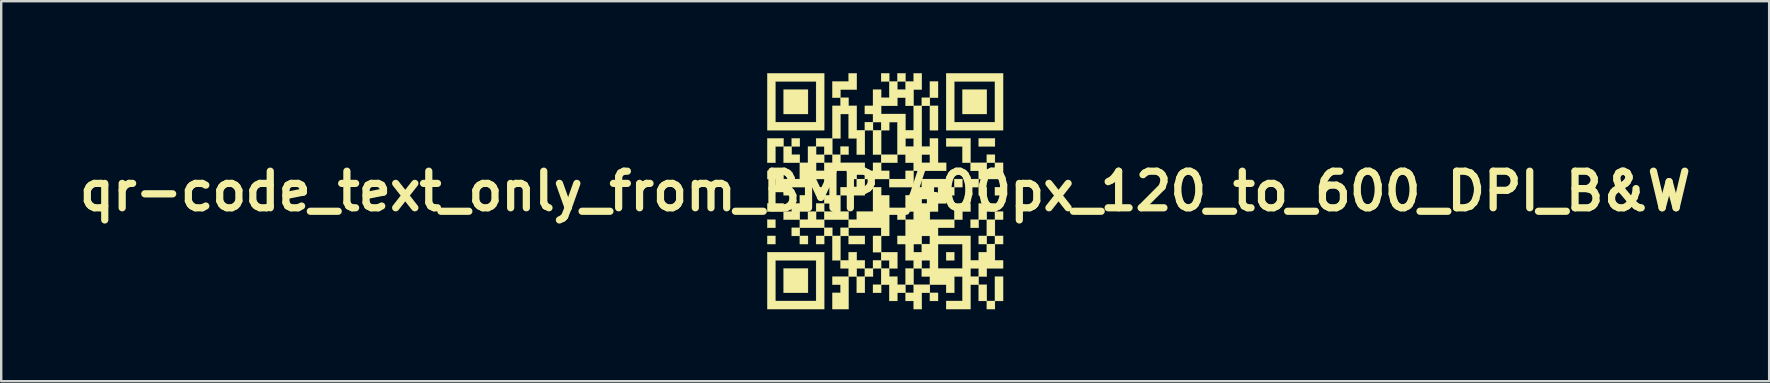
<source format=kicad_pcb>
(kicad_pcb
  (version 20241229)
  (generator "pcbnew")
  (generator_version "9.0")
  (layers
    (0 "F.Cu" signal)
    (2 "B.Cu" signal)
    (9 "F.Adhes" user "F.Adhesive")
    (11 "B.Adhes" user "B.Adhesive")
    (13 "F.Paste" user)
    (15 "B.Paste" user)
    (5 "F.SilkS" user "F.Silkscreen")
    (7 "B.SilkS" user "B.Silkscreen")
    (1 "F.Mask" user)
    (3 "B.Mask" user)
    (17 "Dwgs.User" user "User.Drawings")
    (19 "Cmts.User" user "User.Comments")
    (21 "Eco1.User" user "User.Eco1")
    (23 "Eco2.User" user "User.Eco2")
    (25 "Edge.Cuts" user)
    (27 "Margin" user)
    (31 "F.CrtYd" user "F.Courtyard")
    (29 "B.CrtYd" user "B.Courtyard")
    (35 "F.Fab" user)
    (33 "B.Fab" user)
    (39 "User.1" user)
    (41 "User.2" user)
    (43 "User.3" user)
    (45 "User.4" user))
  (footprint "qr-code_text_only_from_BMP_400px_120_to_600_DPI_B&W"
    (layer "F.Cu")
    (at 33.826 4.916)
    (property "Reference" "qr-code_text_only_from_BMP_400px_120_to_600_DPI_B&W" (at 0 0 0) (layer "F.SilkS") (effects (font (size 1.524 1.524) (thickness 0.3))))
    (attr through_hole)
    (fp_poly (pts (xy -4.572 1.524) (xy -4.911 1.524) (xy -4.911 1.185) (xy -4.572 1.185) (xy -4.572 1.524)) (stroke (width 0.01) (type solid)) (fill yes) (layer "F.SilkS"))
    (fp_poly (pts (xy -4.572 2.201) (xy -4.911 2.201) (xy -4.911 1.863) (xy -4.572 1.863) (xy -4.572 2.201)) (stroke (width 0.01) (type solid)) (fill yes) (layer "F.SilkS"))
    (fp_poly (pts (xy -4.233 0.847) (xy -4.911 0.847) (xy -4.911 0.508) (xy -4.233 0.508) (xy -4.233 0.847)) (stroke (width 0.01) (type solid)) (fill yes) (layer "F.SilkS"))
    (fp_poly (pts (xy -3.556 -1.863) (xy -3.895 -1.863) (xy -3.895 -2.201) (xy -3.556 -2.201) (xy -3.556 -1.863)) (stroke (width 0.01) (type solid)) (fill yes) (layer "F.SilkS"))
    (fp_poly (pts (xy -3.556 1.863) (xy -3.895 1.863) (xy -3.895 1.524) (xy -3.556 1.524) (xy -3.556 1.863)) (stroke (width 0.01) (type solid)) (fill yes) (layer "F.SilkS"))
    (fp_poly (pts (xy -3.217 -3.217) (xy -4.233 -3.217) (xy -4.233 -4.233) (xy -3.217 -4.233) (xy -3.217 -3.217)) (stroke (width 0.01) (type solid)) (fill yes) (layer "F.SilkS"))
    (fp_poly (pts (xy -3.217 2.201) (xy -3.556 2.201) (xy -3.556 1.863) (xy -3.217 1.863) (xy -3.217 2.201)) (stroke (width 0.01) (type solid)) (fill yes) (layer "F.SilkS"))
    (fp_poly (pts (xy -3.217 4.233) (xy -4.233 4.233) (xy -4.233 3.217) (xy -3.217 3.217) (xy -3.217 4.233)) (stroke (width 0.01) (type solid)) (fill yes) (layer "F.SilkS"))
    (fp_poly (pts (xy -2.54 0.169) (xy -2.879 0.169) (xy -2.879 -0.169) (xy -2.54 -0.169) (xy -2.54 0.169)) (stroke (width 0.01) (type solid)) (fill yes) (layer "F.SilkS"))
    (fp_poly (pts (xy -2.54 2.201) (xy -2.879 2.201) (xy -2.879 1.863) (xy -2.54 1.863) (xy -2.54 2.201)) (stroke (width 0.01) (type solid)) (fill yes) (layer "F.SilkS"))
    (fp_poly (pts (xy -2.201 1.863) (xy -2.54 1.863) (xy -2.54 1.524) (xy -2.201 1.524) (xy -2.201 1.863)) (stroke (width 0.01) (type solid)) (fill yes) (layer "F.SilkS"))
    (fp_poly (pts (xy -1.863 2.879) (xy -2.201 2.879) (xy -2.201 1.863) (xy -1.863 1.863) (xy -1.863 2.879)) (stroke (width 0.01) (type solid)) (fill yes) (layer "F.SilkS"))
    (fp_poly (pts (xy -1.524 -1.524) (xy -1.863 -1.524) (xy -1.863 -1.863) (xy -1.524 -1.863) (xy -1.524 -1.524)) (stroke (width 0.01) (type solid)) (fill yes) (layer "F.SilkS"))
    (fp_poly (pts (xy -1.524 1.863) (xy -1.863 1.863) (xy -1.863 1.524) (xy -1.524 1.524) (xy -1.524 1.863)) (stroke (width 0.01) (type solid)) (fill yes) (layer "F.SilkS"))
    (fp_poly (pts (xy -0.847 2.201) (xy -1.524 2.201) (xy -1.524 1.863) (xy -0.847 1.863) (xy -0.847 2.201)) (stroke (width 0.01) (type solid)) (fill yes) (layer "F.SilkS"))
    (fp_poly (pts (xy -0.508 -2.54) (xy -0.847 -2.54) (xy -0.847 -2.879) (xy -0.508 -2.879) (xy -0.508 -2.54)) (stroke (width 0.01) (type solid)) (fill yes) (layer "F.SilkS"))
    (fp_poly (pts (xy -0.169 -1.524) (xy -0.508 -1.524) (xy -0.508 -2.54) (xy -0.169 -2.54) (xy -0.169 -1.524)) (stroke (width 0.01) (type solid)) (fill yes) (layer "F.SilkS"))
    (fp_poly (pts (xy -0.169 2.54) (xy -0.508 2.54) (xy -0.508 1.863) (xy -0.169 1.863) (xy -0.169 2.54)) (stroke (width 0.01) (type solid)) (fill yes) (layer "F.SilkS"))
    (fp_poly (pts (xy -0.169 3.217) (xy -0.508 3.217) (xy -0.508 2.879) (xy -0.169 2.879) (xy -0.169 3.217)) (stroke (width 0.01) (type solid)) (fill yes) (layer "F.SilkS"))
    (fp_poly (pts (xy -0.169 4.233) (xy -0.508 4.233) (xy -0.508 3.895) (xy -0.169 3.895) (xy -0.169 4.233)) (stroke (width 0.01) (type solid)) (fill yes) (layer "F.SilkS"))
    (fp_poly (pts (xy 0.169 -4.572) (xy -0.169 -4.572) (xy -0.169 -4.911) (xy 0.169 -4.911) (xy 0.169 -4.572)) (stroke (width 0.01) (type solid)) (fill yes) (layer "F.SilkS"))
    (fp_poly (pts (xy 0.508 -1.185) (xy -0.169 -1.185) (xy -0.169 -1.524) (xy 0.508 -1.524) (xy 0.508 -1.185)) (stroke (width 0.01) (type solid)) (fill yes) (layer "F.SilkS"))
    (fp_poly (pts (xy 0.847 1.185) (xy 0.508 1.185) (xy 0.508 0.847) (xy 0.847 0.847) (xy 0.847 1.185)) (stroke (width 0.01) (type solid)) (fill yes) (layer "F.SilkS"))
    (fp_poly (pts (xy 1.185 3.895) (xy 0.847 3.895) (xy 0.847 3.217) (xy 1.185 3.217) (xy 1.185 3.895)) (stroke (width 0.01) (type solid)) (fill yes) (layer "F.SilkS"))
    (fp_poly (pts (xy 1.863 -3.556) (xy 1.524 -3.556) (xy 1.524 -3.895) (xy 1.863 -3.895) (xy 1.863 -3.556)) (stroke (width 0.01) (type solid)) (fill yes) (layer "F.SilkS"))
    (fp_poly (pts (xy 2.201 -3.895) (xy 1.863 -3.895) (xy 1.863 -4.572) (xy 2.201 -4.572) (xy 2.201 -3.895)) (stroke (width 0.01) (type solid)) (fill yes) (layer "F.SilkS"))
    (fp_poly (pts (xy 2.201 -2.54) (xy 1.863 -2.54) (xy 1.863 -3.556) (xy 2.201 -3.556) (xy 2.201 -2.54)) (stroke (width 0.01) (type solid)) (fill yes) (layer "F.SilkS"))
    (fp_poly (pts (xy 2.201 4.572) (xy 1.863 4.572) (xy 1.863 4.233) (xy 2.201 4.233) (xy 2.201 4.572)) (stroke (width 0.01) (type solid)) (fill yes) (layer "F.SilkS"))
    (fp_poly (pts (xy 2.879 2.879) (xy 2.54 2.879) (xy 2.54 2.54) (xy 2.879 2.54) (xy 2.879 2.879)) (stroke (width 0.01) (type solid)) (fill yes) (layer "F.SilkS"))
    (fp_poly (pts (xy 3.217 -0.169) (xy 2.879 -0.169) (xy 2.879 -0.508) (xy 3.217 -0.508) (xy 3.217 -0.169)) (stroke (width 0.01) (type solid)) (fill yes) (layer "F.SilkS"))
    (fp_poly (pts (xy 3.895 -0.169) (xy 3.556 -0.169) (xy 3.556 -0.508) (xy 3.895 -0.508) (xy 3.895 -0.169)) (stroke (width 0.01) (type solid)) (fill yes) (layer "F.SilkS"))
    (fp_poly (pts (xy 3.895 1.524) (xy 3.556 1.524) (xy 3.556 1.185) (xy 3.895 1.185) (xy 3.895 1.524)) (stroke (width 0.01) (type solid)) (fill yes) (layer "F.SilkS"))
    (fp_poly (pts (xy 4.233 -3.217) (xy 3.217 -3.217) (xy 3.217 -4.233) (xy 4.233 -4.233) (xy 4.233 -3.217)) (stroke (width 0.01) (type solid)) (fill yes) (layer "F.SilkS"))
    (fp_poly (pts (xy 4.233 0.169) (xy 3.895 0.169) (xy 3.895 -0.169) (xy 4.233 -0.169) (xy 4.233 0.169)) (stroke (width 0.01) (type solid)) (fill yes) (layer "F.SilkS"))
    (fp_poly (pts (xy 4.233 2.201) (xy 3.895 2.201) (xy 3.895 1.863) (xy 4.233 1.863) (xy 4.233 2.201)) (stroke (width 0.01) (type solid)) (fill yes) (layer "F.SilkS"))
    (fp_poly (pts (xy 4.233 4.572) (xy 3.895 4.572) (xy 3.895 3.895) (xy 4.233 3.895) (xy 4.233 4.572)) (stroke (width 0.01) (type solid)) (fill yes) (layer "F.SilkS"))
    (fp_poly (pts (xy 4.572 -1.863) (xy 3.895 -1.863) (xy 3.895 -2.201) (xy 4.572 -2.201) (xy 4.572 -1.863)) (stroke (width 0.01) (type solid)) (fill yes) (layer "F.SilkS"))
    (fp_poly (pts (xy 4.572 1.863) (xy 4.233 1.863) (xy 4.233 1.185) (xy 4.572 1.185) (xy 4.572 1.863)) (stroke (width 0.01) (type solid)) (fill yes) (layer "F.SilkS"))
    (fp_poly (pts (xy 4.572 4.911) (xy 4.233 4.911) (xy 4.233 4.572) (xy 4.572 4.572) (xy 4.572 4.911)) (stroke (width 0.01) (type solid)) (fill yes) (layer "F.SilkS"))
    (fp_poly (pts (xy 4.911 0.169) (xy 4.572 0.169) (xy 4.572 -0.169) (xy 4.911 -0.169) (xy 4.911 0.169)) (stroke (width 0.01) (type solid)) (fill yes) (layer "F.SilkS"))
    (fp_poly (pts (xy 4.911 1.185) (xy 4.572 1.185) (xy 4.572 0.847) (xy 4.911 0.847) (xy 4.911 1.185)) (stroke (width 0.01) (type solid)) (fill yes) (layer "F.SilkS"))
    (fp_poly (pts (xy 4.911 2.201) (xy 4.572 2.201) (xy 4.572 1.863) (xy 4.911 1.863) (xy 4.911 2.201)) (stroke (width 0.01) (type solid)) (fill yes) (layer "F.SilkS"))
    (fp_poly (pts (xy 4.911 4.572) (xy 4.572 4.572) (xy 4.572 3.556) (xy 4.911 3.556) (xy 4.911 4.572)) (stroke (width 0.01) (type solid)) (fill yes) (layer "F.SilkS"))
    (fp_poly (pts (xy -4.233 -1.863) (xy -4.572 -1.863) (xy -4.572 -1.185) (xy -4.911 -1.185) (xy -4.911 -2.201) (xy -4.233 -2.201) (xy -4.233 -1.863)) (stroke (width 0.01) (type solid)) (fill yes) (layer "F.SilkS"))
    (fp_poly (pts (xy -3.895 -1.524) (xy -3.556 -1.524) (xy -3.556 -1.185) (xy -4.233 -1.185) (xy -4.233 -1.863) (xy -3.895 -1.863) (xy -3.895 -1.524)) (stroke (width 0.01) (type solid)) (fill yes) (layer "F.SilkS"))
    (fp_poly (pts (xy -0.847 0.169) (xy -1.863 0.169) (xy -1.863 -0.169) (xy -1.185 -0.169) (xy -1.185 -0.508) (xy -0.847 -0.508) (xy -0.847 0.169)) (stroke (width 0.01) (type solid)) (fill yes) (layer "F.SilkS"))
    (fp_poly (pts (xy 0.508 3.217) (xy 0.169 3.217) (xy 0.169 2.879) (xy -0.169 2.879) (xy -0.169 2.54) (xy 0.508 2.54) (xy 0.508 3.217)) (stroke (width 0.01) (type solid)) (fill yes) (layer "F.SilkS"))
    (fp_poly (pts (xy 1.185 -0.169) (xy 0.169 -0.169) (xy 0.169 -0.508) (xy 0.847 -0.508) (xy 0.847 -0.847) (xy 1.185 -0.847) (xy 1.185 -0.169)) (stroke (width 0.01) (type solid)) (fill yes) (layer "F.SilkS"))
    (fp_poly (pts (xy 3.556 -1.185) (xy 3.217 -1.185) (xy 3.217 -1.863) (xy 2.54 -1.863) (xy 2.54 -2.201) (xy 3.556 -2.201) (xy 3.556 -1.185)) (stroke (width 0.01) (type solid)) (fill yes) (layer "F.SilkS"))
    (fp_poly (pts (xy 3.556 0.847) (xy 3.217 0.847) (xy 3.217 1.185) (xy 2.879 1.185) (xy 2.879 0.508) (xy 3.556 0.508) (xy 3.556 0.847)) (stroke (width 0.01) (type solid)) (fill yes) (layer "F.SilkS"))
    (fp_poly (pts (xy 4.572 0.847) (xy 4.233 0.847) (xy 4.233 1.185) (xy 3.895 1.185) (xy 3.895 0.508) (xy 4.572 0.508) (xy 4.572 0.847)) (stroke (width 0.01) (type solid)) (fill yes) (layer "F.SilkS"))
    (fp_poly (pts (xy -1.524 4.911) (xy -2.201 4.911) (xy -2.201 4.233) (xy -1.863 4.233) (xy -1.863 3.895) (xy -2.201 3.895) (xy -2.201 3.556) (xy -1.524 3.556) (xy -1.524 4.911)) (stroke (width 0.01) (type solid)) (fill yes) (layer "F.SilkS"))
    (fp_poly (pts (xy -1.185 -4.233) (xy -1.863 -4.233) (xy -1.863 -3.895) (xy -2.201 -3.895) (xy -2.201 -4.572) (xy -1.524 -4.572) (xy -1.524 -4.911) (xy -1.185 -4.911) (xy -1.185 -4.233)) (stroke (width 0.01) (type solid)) (fill yes) (layer "F.SilkS"))
    (fp_poly (pts (xy -0.169 -0.847) (xy 0.169 -0.847) (xy 0.169 -0.508) (xy -0.847 -0.508) (xy -0.847 -0.847) (xy -0.508 -0.847) (xy -0.508 -1.185) (xy -0.169 -1.185) (xy -0.169 -0.847)) (stroke (width 0.01) (type solid)) (fill yes) (layer "F.SilkS"))
    (fp_poly (pts (xy 1.863 4.233) (xy 1.524 4.233) (xy 1.524 4.911) (xy 1.185 4.911) (xy 1.185 4.572) (xy 0.847 4.572) (xy 0.847 4.233) (xy 1.185 4.233) (xy 1.185 3.895) (xy 1.863 3.895) (xy 1.863 4.233)) (stroke (width 0.01) (type solid)) (fill yes) (layer "F.SilkS"))
    (fp_poly (pts (xy -2.54 -2.54) (xy -4.911 -2.54) (xy -4.911 -4.572) (xy -4.572 -4.572) (xy -4.572 -2.879) (xy -2.879 -2.879) (xy -2.879 -4.572) (xy -4.572 -4.572) (xy -4.911 -4.572) (xy -4.911 -4.911) (xy -2.54 -4.911) (xy -2.54 -2.54)) (stroke (width 0.01) (type solid)) (fill yes) (layer "F.SilkS"))
    (fp_poly (pts (xy -2.54 4.911) (xy -4.911 4.911) (xy -4.911 2.879) (xy -4.572 2.879) (xy -4.572 4.572) (xy -2.879 4.572) (xy -2.879 2.879) (xy -4.572 2.879) (xy -4.911 2.879) (xy -4.911 2.54) (xy -2.54 2.54) (xy -2.54 4.911)) (stroke (width 0.01) (type solid)) (fill yes) (layer "F.SilkS"))
    (fp_poly (pts (xy 4.911 -2.54) (xy 2.54 -2.54) (xy 2.54 -4.572) (xy 2.879 -4.572) (xy 2.879 -2.879) (xy 4.572 -2.879) (xy 4.572 -4.572) (xy 2.879 -4.572) (xy 2.54 -4.572) (xy 2.54 -4.911) (xy 4.911 -4.911) (xy 4.911 -2.54)) (stroke (width 0.01) (type solid)) (fill yes) (layer "F.SilkS"))
    (fp_poly (pts (xy -1.524 1.185) (xy -1.185 1.185) (xy -1.185 0.847) (xy -0.508 0.847) (xy -0.508 -0.169) (xy -0.169 -0.169) (xy -0.169 0.169) (xy 0.169 0.169) (xy 0.169 1.863) (xy -0.169 1.863) (xy -0.169 1.524) (xy -1.524 1.524) (xy -1.524 1.185)) (stroke (width 0.01) (type solid)) (fill yes) (layer "F.SilkS"))
    (fp_poly (pts (xy -0.169 3.217) (xy 0.169 3.217) (xy 0.169 3.556) (xy 0.508 3.556) (xy 0.508 3.895) (xy 0.847 3.895) (xy 0.847 4.233) (xy 0.508 4.233) (xy 0.508 4.572) (xy 0.169 4.572) (xy 0.169 3.895) (xy -0.169 3.895) (xy -0.169 3.217)) (stroke (width 0.01) (type solid)) (fill yes) (layer "F.SilkS"))
    (fp_poly (pts (xy 4.911 -1.185) (xy 4.911 -0.508) (xy 3.895 -0.508) (xy 3.895 -0.847) (xy 3.556 -0.847) (xy 3.556 -1.185) (xy 4.233 -1.185) (xy 4.233 -0.847) (xy 4.572 -0.847) (xy 4.572 -1.185) (xy 4.233 -1.185) (xy 4.233 -1.524) (xy 4.572 -1.524) (xy 4.572 -1.185) (xy 4.911 -1.185)) (stroke (width 0.01) (type solid)) (fill yes) (layer "F.SilkS"))
    (fp_poly (pts (xy -1.524 -3.556) (xy -1.185 -3.556) (xy -1.185 -2.54) (xy -0.847 -2.54) (xy -0.847 -1.524) (xy -1.185 -1.524) (xy -1.185 -2.201) (xy -1.524 -2.201) (xy -1.524 -3.217) (xy -1.863 -3.217) (xy -1.863 -2.201) (xy -2.201 -2.201) (xy -2.201 -3.556) (xy -1.863 -3.556) (xy -1.863 -3.895) (xy -1.524 -3.895) (xy -1.524 -3.556)) (stroke (width 0.01) (type solid)) (fill yes) (layer "F.SilkS"))
    (fp_poly (pts (xy -1.524 3.217) (xy -1.185 3.217) (xy -1.185 3.556) (xy -0.847 3.556) (xy -0.847 3.217) (xy -1.185 3.217) (xy -1.524 3.217) (xy -1.863 3.217) (xy -1.863 2.879) (xy -1.524 2.879) (xy -1.524 2.54) (xy -1.185 2.54) (xy -1.185 2.879) (xy -0.847 2.879) (xy -0.847 3.217) (xy -0.508 3.217) (xy -0.508 3.556) (xy -0.847 3.556) (xy -0.847 4.233) (xy -1.185 4.233) (xy -1.185 3.556) (xy -1.524 3.556) (xy -1.524 3.217)) (stroke (width 0.01) (type solid)) (fill yes) (layer "F.SilkS"))
    (fp_poly (pts (xy -3.217 0.847) (xy -2.879 0.847) (xy -2.879 1.185) (xy -2.54 1.185) (xy -2.54 0.847) (xy -2.879 0.847) (xy -2.879 0.508) (xy -2.54 0.508) (xy -2.54 0.847) (xy -2.201 0.847) (xy -2.201 0.508) (xy -2.54 0.508) (xy -2.54 0.169) (xy -1.863 0.169) (xy -1.863 0.847) (xy -1.524 0.847) (xy -1.524 1.185) (xy -2.54 1.185) (xy -2.54 1.524) (xy -3.556 1.524) (xy -3.556 1.185) (xy -4.233 1.185) (xy -4.233 0.847) (xy -3.895 0.847) (xy -3.556 0.847) (xy -3.556 1.185) (xy -3.217 1.185) (xy -3.217 0.847) (xy -3.556 0.847) (xy -3.895 0.847) (xy -3.895 0.508) (xy -3.556 0.508) (xy -3.556 0.169) (xy -3.217 0.169) (xy -3.217 0.847)) (stroke (width 0.01) (type solid)) (fill yes) (layer "F.SilkS"))
    (fp_poly (pts (xy -1.863 -1.524) (xy -1.863 -1.185) (xy -0.847 -1.185) (xy -0.847 -0.847) (xy -1.185 -0.847) (xy -1.185 -0.508) (xy -1.524 -0.508) (xy -1.524 -0.847) (xy -2.201 -0.847) (xy -2.201 -0.169) (xy -2.54 -0.169) (xy -2.54 -0.508) (xy -3.217 -0.508) (xy -3.217 -0.169) (xy -3.895 -0.169) (xy -3.895 0.169) (xy -4.233 0.169) (xy -4.233 -0.169) (xy -4.572 -0.169) (xy -4.572 -0.508) (xy -4.911 -0.508) (xy -4.911 -0.847) (xy -4.233 -0.847) (xy -4.233 -0.508) (xy -3.556 -0.508) (xy -3.556 -1.185) (xy -3.217 -1.185) (xy -2.879 -1.185) (xy -2.879 -0.847) (xy -2.54 -0.847) (xy -2.54 -1.185) (xy -2.879 -1.185) (xy -3.217 -1.185) (xy -3.217 -1.863) (xy -2.879 -1.863) (xy -2.879 -1.524) (xy -2.54 -1.524) (xy -2.54 -1.185) (xy -2.201 -1.185) (xy -2.201 -1.524) (xy -2.54 -1.524) (xy -2.54 -1.863) (xy -2.879 -1.863) (xy -2.879 -2.201) (xy -2.201 -2.201) (xy -2.201 -1.524) (xy -1.863 -1.524)) (stroke (width 0.01) (type solid)) (fill yes) (layer "F.SilkS"))
    (fp_poly (pts (xy -0.508 -3.217) (xy -0.847 -3.217) (xy -0.847 -3.556) (xy -0.508 -3.556) (xy -0.169 -3.556) (xy -0.169 -3.217) (xy 0.847 -3.217) (xy 0.847 -2.54) (xy 1.185 -2.54) (xy 1.185 -3.556) (xy 0.847 -3.556) (xy 0.847 -3.895) (xy 0.508 -3.895) (xy 0.508 -3.556) (xy -0.169 -3.556) (xy -0.508 -3.556) (xy -0.508 -4.233) (xy -0.169 -4.233) (xy -0.169 -3.895) (xy 0.169 -3.895) (xy 0.169 -4.572) (xy 0.508 -4.572) (xy 0.508 -4.233) (xy 0.847 -4.233) (xy 0.847 -4.572) (xy 0.508 -4.572) (xy 0.508 -4.911) (xy 0.847 -4.911) (xy 0.847 -4.572) (xy 1.185 -4.572) (xy 1.185 -4.911) (xy 1.524 -4.911) (xy 1.524 -4.233) (xy 1.185 -4.233) (xy 1.185 -3.556) (xy 1.524 -3.556) (xy 1.524 -1.863) (xy 1.863 -1.863) (xy 1.863 -2.201) (xy 2.201 -2.201) (xy 2.201 -1.185) (xy 2.54 -1.185) (xy 2.54 -0.847) (xy 1.185 -0.847) (xy 1.185 -1.185) (xy 0.847 -1.185) (xy 0.847 -1.524) (xy 1.524 -1.524) (xy 1.524 -1.185) (xy 1.863 -1.185) (xy 1.863 -1.524) (xy 1.524 -1.524) (xy 0.847 -1.524) (xy 0.508 -1.524) (xy 0.508 -2.201) (xy 0.847 -2.201) (xy 0.847 -1.863) (xy 1.185 -1.863) (xy 1.185 -2.201) (xy 0.847 -2.201) (xy 0.508 -2.201) (xy 0.508 -2.879) (xy 0.169 -2.879) (xy 0.169 -2.54) (xy -0.169 -2.54) (xy -0.169 -2.879) (xy -0.508 -2.879) (xy -0.508 -3.217)) (stroke (width 0.01) (type solid)) (fill yes) (layer "F.SilkS"))
    (fp_poly (pts (xy 1.863 3.556) (xy 1.524 3.556) (xy 1.524 3.217) (xy 1.185 3.217) (xy 1.185 2.879) (xy 1.524 2.879) (xy 1.524 3.217) (xy 1.863 3.217) (xy 1.863 2.879) (xy 1.524 2.879) (xy 1.185 2.879) (xy 0.847 2.879) (xy 0.847 2.201) (xy 1.185 2.201) (xy 1.185 2.54) (xy 1.524 2.54) (xy 1.524 2.201) (xy 1.185 2.201) (xy 0.847 2.201) (xy 0.508 2.201) (xy 0.508 1.863) (xy 0.847 1.863) (xy 1.524 1.863) (xy 1.524 2.201) (xy 1.863 2.201) (xy 2.201 2.201) (xy 2.201 3.217) (xy 3.217 3.217) (xy 3.556 3.217) (xy 3.556 3.556) (xy 3.895 3.556) (xy 3.895 3.217) (xy 3.556 3.217) (xy 3.217 3.217) (xy 3.217 2.201) (xy 2.201 2.201) (xy 1.863 2.201) (xy 1.863 1.863) (xy 1.524 1.863) (xy 0.847 1.863) (xy 0.847 1.185) (xy 1.185 1.185) (xy 1.185 0.847) (xy 0.847 0.847) (xy 0.847 0.169) (xy 1.185 0.169) (xy 1.524 0.169) (xy 1.524 0.508) (xy 1.863 0.508) (xy 1.863 0.169) (xy 1.524 0.169) (xy 1.185 0.169) (xy 1.185 -0.169) (xy 1.524 -0.169) (xy 1.863 -0.169) (xy 1.863 0.169) (xy 2.201 0.169) (xy 2.201 -0.169) (xy 1.863 -0.169) (xy 1.524 -0.169) (xy 1.524 -0.508) (xy 2.54 -0.508) (xy 2.54 -0.169) (xy 2.879 -0.169) (xy 2.879 0.169) (xy 2.54 0.169) (xy 2.54 0.508) (xy 2.201 0.508) (xy 2.201 0.847) (xy 1.863 0.847) (xy 1.863 1.185) (xy 2.879 1.185) (xy 2.879 1.524) (xy 2.201 1.524) (xy 2.201 1.863) (xy 3.556 1.863) (xy 3.556 2.879) (xy 3.895 2.879) (xy 3.895 2.54) (xy 4.233 2.54) (xy 4.233 2.201) (xy 4.572 2.201) (xy 4.572 2.879) (xy 4.911 2.879) (xy 4.911 3.217) (xy 4.233 3.217) (xy 4.233 3.556) (xy 3.895 3.556) (xy 3.895 3.895) (xy 3.556 3.895) (xy 3.556 4.911) (xy 2.54 4.911) (xy 2.54 4.572) (xy 3.217 4.572) (xy 3.217 3.556) (xy 2.879 3.556) (xy 2.879 4.233) (xy 2.54 4.233) (xy 2.54 3.895) (xy 1.863 3.895) (xy 1.863 3.556)) (stroke (width 0.01) (type solid)) (fill yes) (layer "F.SilkS")))
  (gr_rect
    (start -3 -3)
    (end 70.651 12.831)
    (stroke (width 0.1) (type default))
    (fill no)
    (layer "Edge.Cuts")))
</source>
